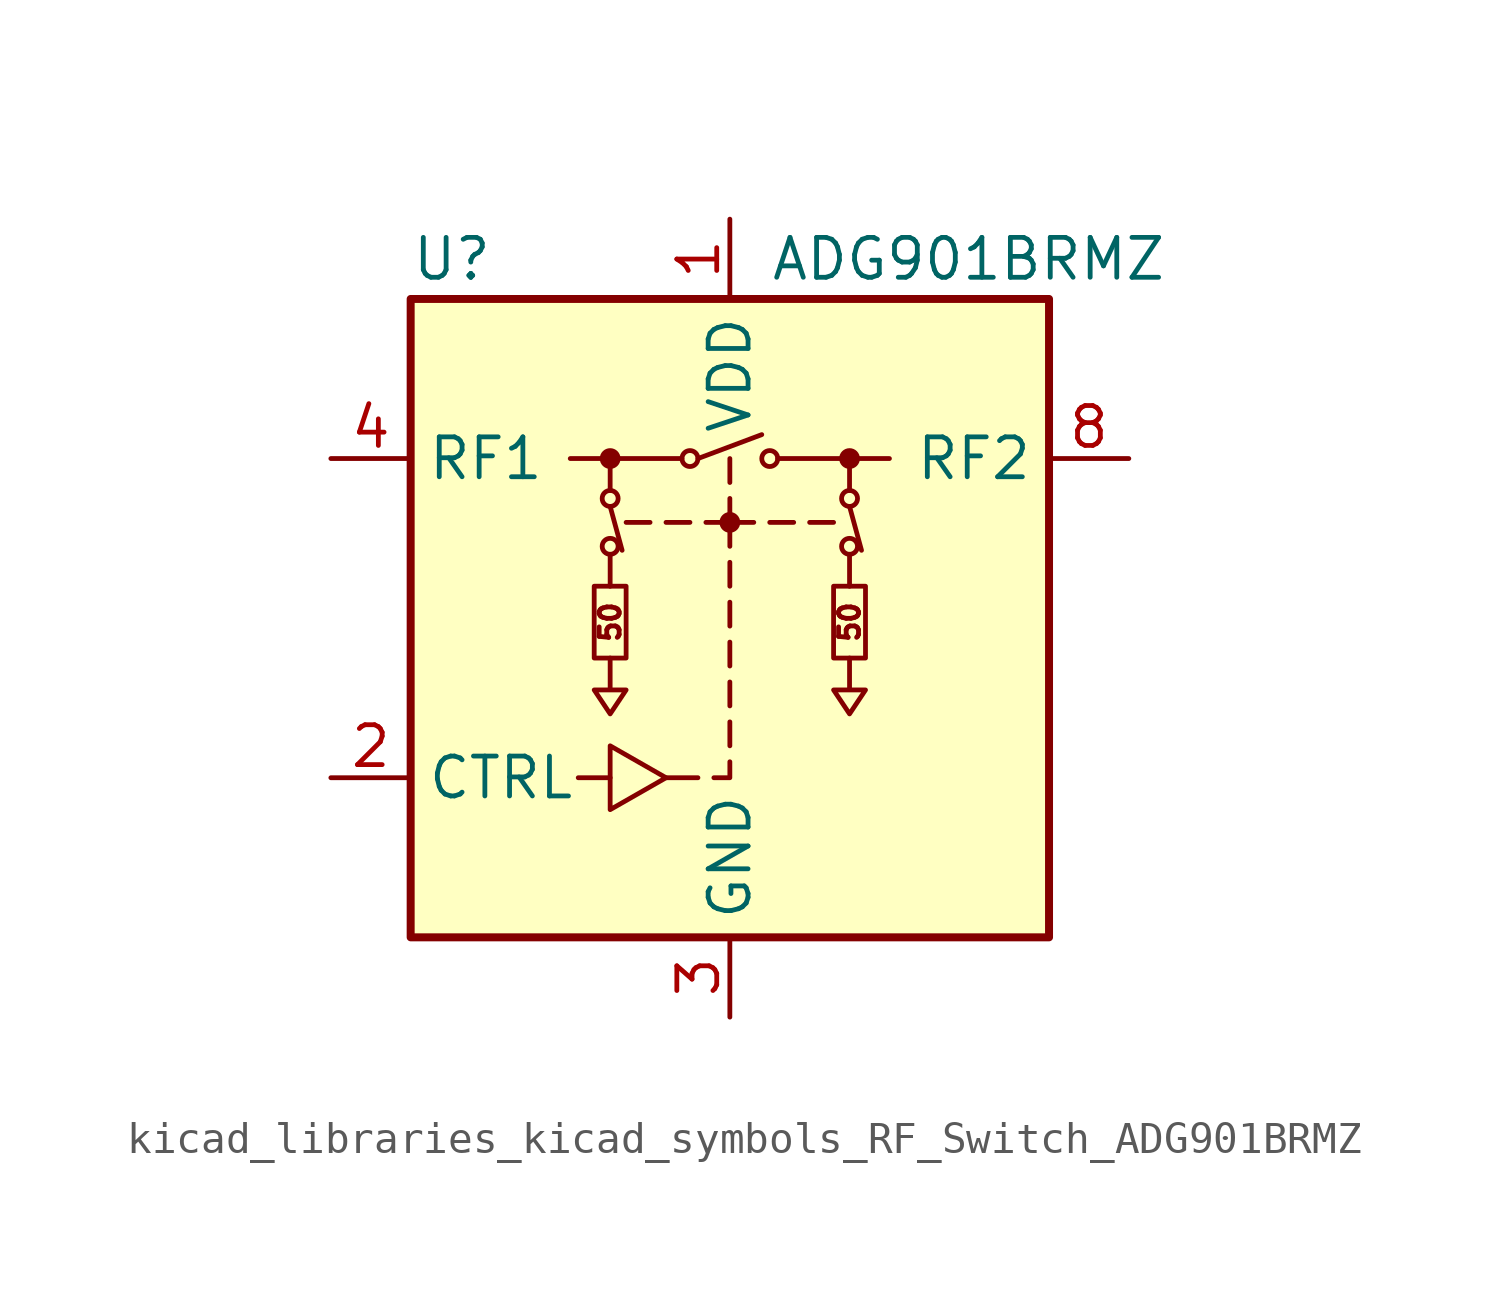
<source format=kicad_sym>
(kicad_symbol_lib
  (version 20220914)
  (generator kicad_symbol_editor)
  (symbol "kicad_libraries_kicad_symbols_RF_Switch_ADG901BRMZ"
    (property "Reference" "U"
      (at -10.16 11.43 0)
      (effects (font (size 1.27 1.27)) (justify left)))
    (property "Value" "ADG901BRMZ"
      (at 1.27 11.43 0)
      (effects (font (size 1.27 1.27)) (justify left)))
    (symbol "kicad_libraries_kicad_symbols_RF_Switch_ADG901BRMZ_0_0"
      (rectangle (start -10.16 10.16) (end 10.16 -10.16) (stroke (width 0.254) (type default)) (fill (type background)))
      (polyline (pts (xy -4.826 -5.08) (xy -3.81 -5.08)) (stroke (width 0) (type default)) (fill (type none)))
      (polyline (pts (xy -2.54 3.048) (xy -3.302 3.048)) (stroke (width 0) (type default)) (fill (type none)))
      (polyline (pts (xy -2.032 3.048) (xy -1.27 3.048)) (stroke (width 0) (type default)) (fill (type none)))
      (polyline (pts (xy -1.016 -5.08) (xy -2.032 -5.08)) (stroke (width 0) (type default)) (fill (type none)))
      (polyline (pts (xy 0 -3.302) (xy 0 -4.064)) (stroke (width 0) (type default)) (fill (type none)))
      (polyline (pts (xy 0 -2.032) (xy 0 -2.794)) (stroke (width 0) (type default)) (fill (type none)))
      (polyline (pts (xy 0 -0.762) (xy 0 -1.524)) (stroke (width 0) (type default)) (fill (type none)))
      (polyline (pts (xy 0 0.508) (xy 0 -0.254)) (stroke (width 0) (type default)) (fill (type none)))
      (polyline (pts (xy 0 1.778) (xy 0 1.016)) (stroke (width 0) (type default)) (fill (type none)))
      (polyline (pts (xy 0 3.048) (xy -0.762 3.048)) (stroke (width 0) (type default)) (fill (type none)))
      (polyline (pts (xy 0 3.048) (xy 0 2.286)) (stroke (width 0) (type default)) (fill (type none)))
      (polyline (pts (xy 0 3.048) (xy 0 3.81)) (stroke (width 0) (type default)) (fill (type none)))
      (polyline (pts (xy 0 3.048) (xy 0.762 3.048)) (stroke (width 0) (type default)) (fill (type none)))
      (polyline (pts (xy 0 4.318) (xy 0 5.08)) (stroke (width 0) (type default)) (fill (type none)))
      (polyline (pts (xy 1.27 3.048) (xy 2.032 3.048)) (stroke (width 0) (type default)) (fill (type none)))
      (polyline (pts (xy 2.54 3.048) (xy 3.302 3.048)) (stroke (width 0) (type default)) (fill (type none)))
      (polyline (pts (xy 0 -4.572) (xy 0 -5.08) (xy -0.508 -5.08)) (stroke (width 0) (type default)) (fill (type none)))
      (polyline (pts (xy -3.81 -4.064) (xy -3.81 -6.096) (xy -2.032 -5.08) (xy -3.81 -4.064)) (stroke (width 0) (type default)) (fill (type none)))
      (circle (center 0 3.048) (radius 0.254) (stroke (width 0) (type default)) (fill (type outline)))
      (text "50" (at -3.81 -0.127 900) (effects (font (size 0.635 0.635))))
      (text "50" (at 3.81 -0.127 900) (effects (font (size 0.635 0.635)))))
    (symbol "kicad_libraries_kicad_symbols_RF_Switch_ADG901BRMZ_0_1"
      (rectangle (start -4.318 1.016) (end -3.302 -1.27) (stroke (width 0) (type default)) (fill (type none)))
      (circle (center -3.81 2.286) (radius 0.254) (stroke (width 0) (type default)) (fill (type none)))
      (circle (center -3.81 3.81) (radius 0.254) (stroke (width 0) (type default)) (fill (type none)))
      (circle (center -3.81 5.08) (radius 0.254) (stroke (width 0) (type default)) (fill (type outline)))
      (circle (center -1.27 5.08) (radius 0.254) (stroke (width 0) (type default)) (fill (type none)))
      (polyline (pts (xy -5.08 5.08) (xy -1.524 5.08)) (stroke (width 0) (type default)) (fill (type none)))
      (polyline (pts (xy -3.81 2.032) (xy -3.81 1.016)) (stroke (width 0) (type default)) (fill (type none)))
      (polyline (pts (xy -3.81 3.556) (xy -3.429 2.159)) (stroke (width 0) (type default)) (fill (type none)))
      (polyline (pts (xy -3.81 5.08) (xy -3.81 4.064)) (stroke (width 0) (type default)) (fill (type none)))
      (polyline (pts (xy -1.016 5.08) (xy 1.016 5.842)) (stroke (width 0) (type default)) (fill (type none)))
      (polyline (pts (xy 1.524 5.08) (xy 5.08 5.08)) (stroke (width 0) (type default)) (fill (type none)))
      (polyline (pts (xy 3.81 2.032) (xy 3.81 1.016)) (stroke (width 0) (type default)) (fill (type none)))
      (polyline (pts (xy 3.81 3.556) (xy 4.191 2.159)) (stroke (width 0) (type default)) (fill (type none)))
      (polyline (pts (xy 3.81 5.08) (xy 3.81 4.064)) (stroke (width 0) (type default)) (fill (type none)))
      (polyline (pts (xy -3.81 -1.27) (xy -3.81 -2.286) (xy -4.318 -2.286) (xy -3.81 -3.048) (xy -3.302 -2.286) (xy -3.81 -2.286)) (stroke (width 0) (type default)) (fill (type none)))
      (polyline (pts (xy 3.81 -1.27) (xy 3.81 -2.286) (xy 3.302 -2.286) (xy 3.81 -3.048) (xy 4.318 -2.286) (xy 3.81 -2.286)) (stroke (width 0) (type default)) (fill (type none)))
      (circle (center 1.27 5.08) (radius 0.254) (stroke (width 0) (type default)) (fill (type none)))
      (rectangle (start 3.302 1.016) (end 4.318 -1.27) (stroke (width 0) (type default)) (fill (type none)))
      (circle (center 3.81 2.286) (radius 0.254) (stroke (width 0) (type default)) (fill (type none)))
      (circle (center 3.81 3.81) (radius 0.254) (stroke (width 0) (type default)) (fill (type none)))
      (circle (center 3.81 5.08) (radius 0.254) (stroke (width 0) (type default)) (fill (type outline))))
    (symbol "kicad_libraries_kicad_symbols_RF_Switch_ADG901BRMZ_1_1"
      (pin power_in line (at 0 12.7 270) (length 2.54) (name "VDD" (effects (font (size 1.27 1.27)))) (number "1" (effects (font (size 1.27 1.27)))))
      (pin input line (at -12.7 -5.08 0) (length 2.54) (name "CTRL" (effects (font (size 1.27 1.27)))) (number "2" (effects (font (size 1.27 1.27)))))
      (pin power_in line (at 0 -12.7 90) (length 2.54) (name "GND" (effects (font (size 1.27 1.27)))) (number "3" (effects (font (size 1.27 1.27)))))
      (pin passive line (at -12.7 5.08 0) (length 2.54) (name "RF1" (effects (font (size 1.27 1.27)))) (number "4" (effects (font (size 1.27 1.27)))))
      (pin passive line (at 0 -12.7 90) (length 2.54) hide (name "GND" (effects (font (size 1.27 1.27)))) (number "5" (effects (font (size 1.27 1.27)))))
      (pin passive line (at 0 -12.7 90) (length 2.54) hide (name "GND" (effects (font (size 1.27 1.27)))) (number "6" (effects (font (size 1.27 1.27)))))
      (pin passive line (at 0 -12.7 90) (length 2.54) hide (name "GND" (effects (font (size 1.27 1.27)))) (number "7" (effects (font (size 1.27 1.27)))))
      (pin passive line (at 12.7 5.08 180) (length 2.54) (name "RF2" (effects (font (size 1.27 1.27)))) (number "8" (effects (font (size 1.27 1.27))))))))
</source>
